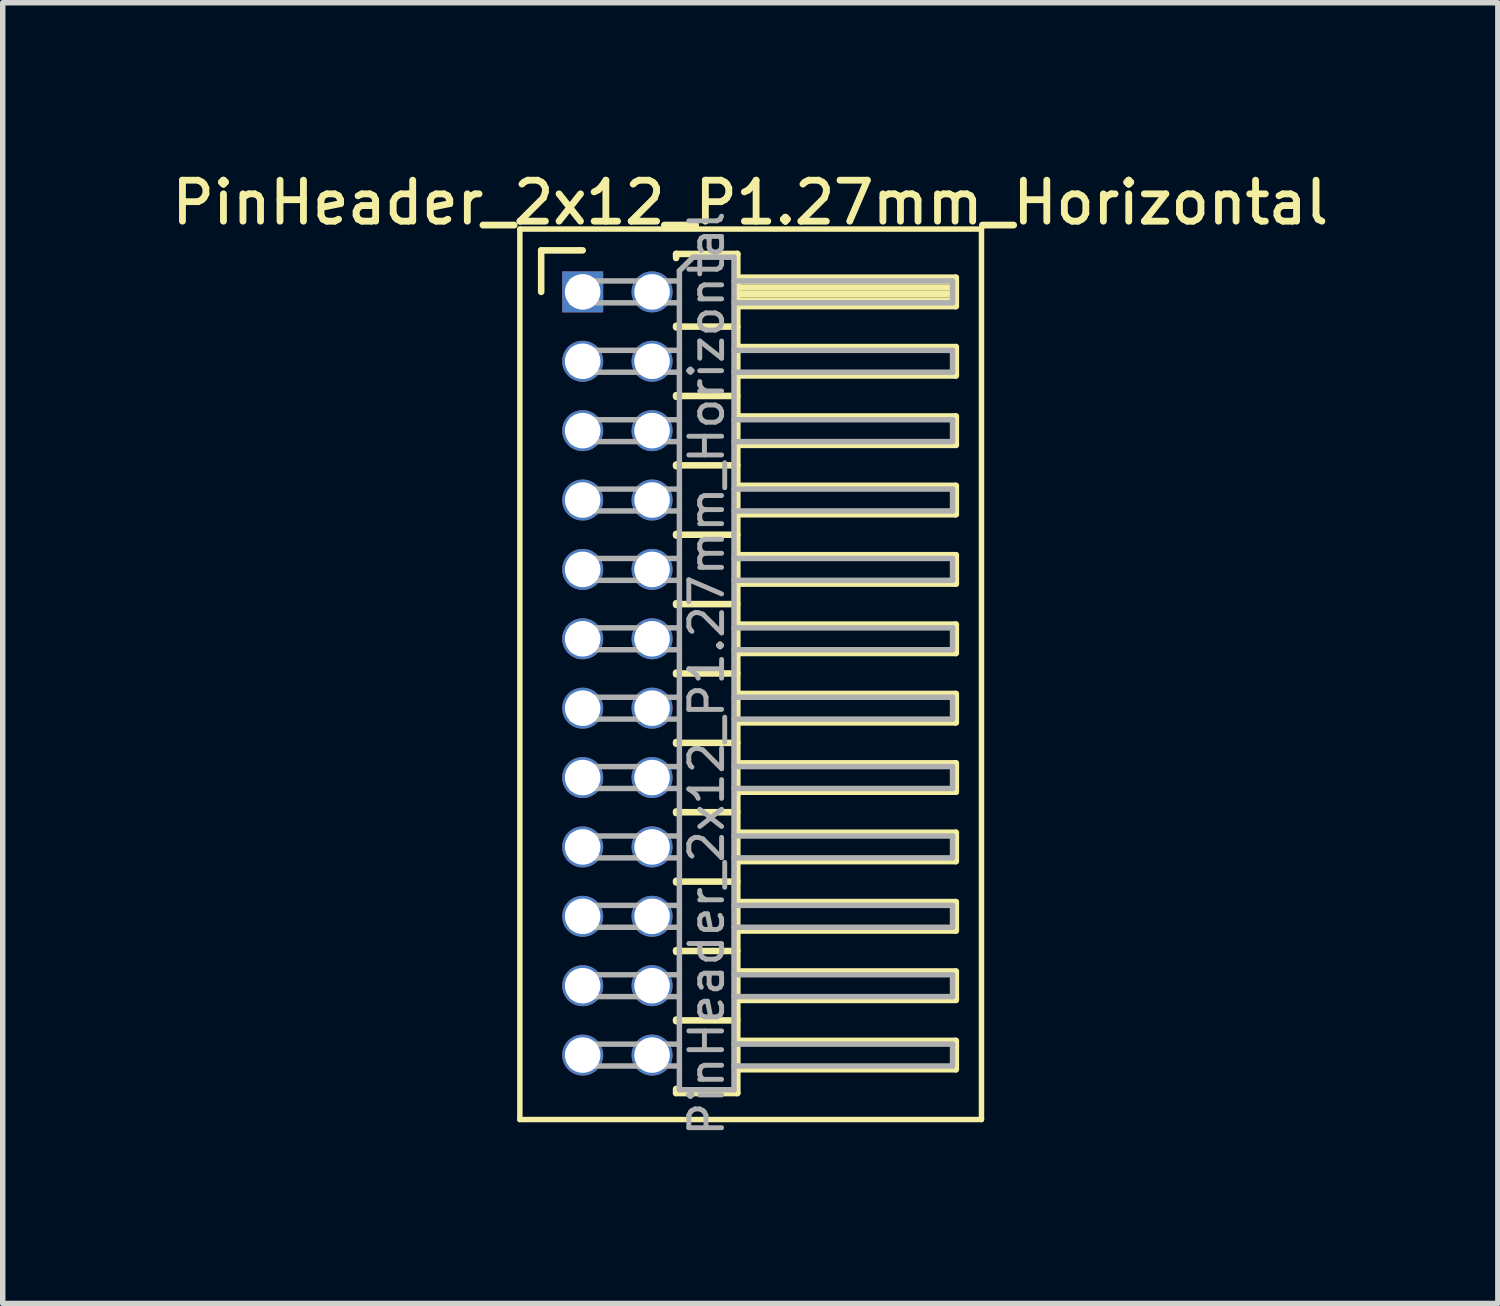
<source format=kicad_pcb>
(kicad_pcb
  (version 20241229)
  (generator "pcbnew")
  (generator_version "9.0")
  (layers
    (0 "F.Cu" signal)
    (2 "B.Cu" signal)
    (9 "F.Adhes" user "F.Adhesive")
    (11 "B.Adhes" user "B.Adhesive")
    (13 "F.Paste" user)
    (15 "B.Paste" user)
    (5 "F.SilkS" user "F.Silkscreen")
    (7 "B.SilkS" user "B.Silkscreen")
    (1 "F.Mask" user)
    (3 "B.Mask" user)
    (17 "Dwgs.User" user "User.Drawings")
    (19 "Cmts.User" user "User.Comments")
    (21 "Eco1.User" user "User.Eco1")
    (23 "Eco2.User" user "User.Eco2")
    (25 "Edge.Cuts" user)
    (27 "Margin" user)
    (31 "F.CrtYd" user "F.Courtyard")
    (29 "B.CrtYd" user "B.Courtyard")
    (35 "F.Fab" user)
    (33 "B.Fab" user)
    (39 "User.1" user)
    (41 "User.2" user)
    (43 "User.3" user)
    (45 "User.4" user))
  (footprint "PinHeader_2x12_P1.27mm_Horizontal"
    (layer "F.Cu")
    (at 7.616 2.293)
    (property "Reference" "PinHeader_2x12_P1.27mm_Horizontal" (at 3.067 -1.635 0) (layer "F.SilkS") (effects (font (size 0.75 0.75) (thickness 0.125))))
    (attr through_hole)
    (fp_line (start -1.15 -1.15) (end -1.15 15.15) (stroke (width 0.1) (type solid)) (layer "F.SilkS"))
    (fp_line (start -1.15 15.15) (end 7.3 15.15) (stroke (width 0.1) (type solid)) (layer "F.SilkS"))
    (fp_line (start -0.76 -0.76) (end 0 -0.76) (stroke (width 0.12) (type solid)) (layer "F.SilkS"))
    (fp_line (start -0.76 0) (end -0.76 -0.76) (stroke (width 0.12) (type solid)) (layer "F.SilkS"))
    (fp_line (start 1.71 -0.695) (end 2.83 -0.695) (stroke (width 0.12) (type solid)) (layer "F.SilkS"))
    (fp_line (start 1.71 -0.62) (end 1.71 -0.695) (stroke (width 0.12) (type solid)) (layer "F.SilkS"))
    (fp_line (start 1.71 0.62) (end 1.71 0.65) (stroke (width 0.12) (type solid)) (layer "F.SilkS"))
    (fp_line (start 1.71 0.635) (end 2.83 0.635) (stroke (width 0.12) (type solid)) (layer "F.SilkS"))
    (fp_line (start 1.71 1.89) (end 1.71 1.92) (stroke (width 0.12) (type solid)) (layer "F.SilkS"))
    (fp_line (start 1.71 1.905) (end 2.83 1.905) (stroke (width 0.12) (type solid)) (layer "F.SilkS"))
    (fp_line (start 1.71 3.16) (end 1.71 3.19) (stroke (width 0.12) (type solid)) (layer "F.SilkS"))
    (fp_line (start 1.71 3.175) (end 2.83 3.175) (stroke (width 0.12) (type solid)) (layer "F.SilkS"))
    (fp_line (start 1.71 4.43) (end 1.71 4.46) (stroke (width 0.12) (type solid)) (layer "F.SilkS"))
    (fp_line (start 1.71 4.445) (end 2.83 4.445) (stroke (width 0.12) (type solid)) (layer "F.SilkS"))
    (fp_line (start 1.71 5.7) (end 1.71 5.73) (stroke (width 0.12) (type solid)) (layer "F.SilkS"))
    (fp_line (start 1.71 5.715) (end 2.83 5.715) (stroke (width 0.12) (type solid)) (layer "F.SilkS"))
    (fp_line (start 1.71 6.97) (end 1.71 7) (stroke (width 0.12) (type solid)) (layer "F.SilkS"))
    (fp_line (start 1.71 6.985) (end 2.83 6.985) (stroke (width 0.12) (type solid)) (layer "F.SilkS"))
    (fp_line (start 1.71 8.24) (end 1.71 8.27) (stroke (width 0.12) (type solid)) (layer "F.SilkS"))
    (fp_line (start 1.71 8.255) (end 2.83 8.255) (stroke (width 0.12) (type solid)) (layer "F.SilkS"))
    (fp_line (start 1.71 9.51) (end 1.71 9.54) (stroke (width 0.12) (type solid)) (layer "F.SilkS"))
    (fp_line (start 1.71 9.525) (end 2.83 9.525) (stroke (width 0.12) (type solid)) (layer "F.SilkS"))
    (fp_line (start 1.71 10.78) (end 1.71 10.81) (stroke (width 0.12) (type solid)) (layer "F.SilkS"))
    (fp_line (start 1.71 10.795) (end 2.83 10.795) (stroke (width 0.12) (type solid)) (layer "F.SilkS"))
    (fp_line (start 1.71 12.05) (end 1.71 12.08) (stroke (width 0.12) (type solid)) (layer "F.SilkS"))
    (fp_line (start 1.71 12.065) (end 2.83 12.065) (stroke (width 0.12) (type solid)) (layer "F.SilkS"))
    (fp_line (start 1.71 13.32) (end 1.71 13.35) (stroke (width 0.12) (type solid)) (layer "F.SilkS"))
    (fp_line (start 1.71 13.335) (end 2.83 13.335) (stroke (width 0.12) (type solid)) (layer "F.SilkS"))
    (fp_line (start 1.71 14.665) (end 1.71 14.59) (stroke (width 0.12) (type solid)) (layer "F.SilkS"))
    (fp_line (start 2.83 -0.695) (end 2.83 14.665) (stroke (width 0.12) (type solid)) (layer "F.SilkS"))
    (fp_line (start 2.83 -0.26) (end 6.83 -0.26) (stroke (width 0.12) (type solid)) (layer "F.SilkS"))
    (fp_line (start 2.83 -0.2) (end 6.83 -0.2) (stroke (width 0.12) (type solid)) (layer "F.SilkS"))
    (fp_line (start 2.83 -0.08) (end 6.83 -0.08) (stroke (width 0.12) (type solid)) (layer "F.SilkS"))
    (fp_line (start 2.83 0.04) (end 6.83 0.04) (stroke (width 0.12) (type solid)) (layer "F.SilkS"))
    (fp_line (start 2.83 0.16) (end 6.83 0.16) (stroke (width 0.12) (type solid)) (layer "F.SilkS"))
    (fp_line (start 2.83 1.01) (end 6.83 1.01) (stroke (width 0.12) (type solid)) (layer "F.SilkS"))
    (fp_line (start 2.83 2.28) (end 6.83 2.28) (stroke (width 0.12) (type solid)) (layer "F.SilkS"))
    (fp_line (start 2.83 3.55) (end 6.83 3.55) (stroke (width 0.12) (type solid)) (layer "F.SilkS"))
    (fp_line (start 2.83 4.82) (end 6.83 4.82) (stroke (width 0.12) (type solid)) (layer "F.SilkS"))
    (fp_line (start 2.83 6.09) (end 6.83 6.09) (stroke (width 0.12) (type solid)) (layer "F.SilkS"))
    (fp_line (start 2.83 7.36) (end 6.83 7.36) (stroke (width 0.12) (type solid)) (layer "F.SilkS"))
    (fp_line (start 2.83 8.63) (end 6.83 8.63) (stroke (width 0.12) (type solid)) (layer "F.SilkS"))
    (fp_line (start 2.83 9.9) (end 6.83 9.9) (stroke (width 0.12) (type solid)) (layer "F.SilkS"))
    (fp_line (start 2.83 11.17) (end 6.83 11.17) (stroke (width 0.12) (type solid)) (layer "F.SilkS"))
    (fp_line (start 2.83 12.44) (end 6.83 12.44) (stroke (width 0.12) (type solid)) (layer "F.SilkS"))
    (fp_line (start 2.83 13.71) (end 6.83 13.71) (stroke (width 0.12) (type solid)) (layer "F.SilkS"))
    (fp_line (start 2.83 14.665) (end 1.71 14.665) (stroke (width 0.12) (type solid)) (layer "F.SilkS"))
    (fp_line (start 6.83 -0.26) (end 6.83 0.26) (stroke (width 0.12) (type solid)) (layer "F.SilkS"))
    (fp_line (start 6.83 0.26) (end 2.83 0.26) (stroke (width 0.12) (type solid)) (layer "F.SilkS"))
    (fp_line (start 6.83 1.01) (end 6.83 1.53) (stroke (width 0.12) (type solid)) (layer "F.SilkS"))
    (fp_line (start 6.83 1.53) (end 2.83 1.53) (stroke (width 0.12) (type solid)) (layer "F.SilkS"))
    (fp_line (start 6.83 2.28) (end 6.83 2.8) (stroke (width 0.12) (type solid)) (layer "F.SilkS"))
    (fp_line (start 6.83 2.8) (end 2.83 2.8) (stroke (width 0.12) (type solid)) (layer "F.SilkS"))
    (fp_line (start 6.83 3.55) (end 6.83 4.07) (stroke (width 0.12) (type solid)) (layer "F.SilkS"))
    (fp_line (start 6.83 4.07) (end 2.83 4.07) (stroke (width 0.12) (type solid)) (layer "F.SilkS"))
    (fp_line (start 6.83 4.82) (end 6.83 5.34) (stroke (width 0.12) (type solid)) (layer "F.SilkS"))
    (fp_line (start 6.83 5.34) (end 2.83 5.34) (stroke (width 0.12) (type solid)) (layer "F.SilkS"))
    (fp_line (start 6.83 6.09) (end 6.83 6.61) (stroke (width 0.12) (type solid)) (layer "F.SilkS"))
    (fp_line (start 6.83 6.61) (end 2.83 6.61) (stroke (width 0.12) (type solid)) (layer "F.SilkS"))
    (fp_line (start 6.83 7.36) (end 6.83 7.88) (stroke (width 0.12) (type solid)) (layer "F.SilkS"))
    (fp_line (start 6.83 7.88) (end 2.83 7.88) (stroke (width 0.12) (type solid)) (layer "F.SilkS"))
    (fp_line (start 6.83 8.63) (end 6.83 9.15) (stroke (width 0.12) (type solid)) (layer "F.SilkS"))
    (fp_line (start 6.83 9.15) (end 2.83 9.15) (stroke (width 0.12) (type solid)) (layer "F.SilkS"))
    (fp_line (start 6.83 9.9) (end 6.83 10.42) (stroke (width 0.12) (type solid)) (layer "F.SilkS"))
    (fp_line (start 6.83 10.42) (end 2.83 10.42) (stroke (width 0.12) (type solid)) (layer "F.SilkS"))
    (fp_line (start 6.83 11.17) (end 6.83 11.69) (stroke (width 0.12) (type solid)) (layer "F.SilkS"))
    (fp_line (start 6.83 11.69) (end 2.83 11.69) (stroke (width 0.12) (type solid)) (layer "F.SilkS"))
    (fp_line (start 6.83 12.44) (end 6.83 12.96) (stroke (width 0.12) (type solid)) (layer "F.SilkS"))
    (fp_line (start 6.83 12.96) (end 2.83 12.96) (stroke (width 0.12) (type solid)) (layer "F.SilkS"))
    (fp_line (start 6.83 13.71) (end 6.83 14.23) (stroke (width 0.12) (type solid)) (layer "F.SilkS"))
    (fp_line (start 6.83 14.23) (end 2.83 14.23) (stroke (width 0.12) (type solid)) (layer "F.SilkS"))
    (fp_line (start 7.3 -1.15) (end -1.15 -1.15) (stroke (width 0.1) (type solid)) (layer "F.SilkS"))
    (fp_line (start 7.3 15.15) (end 7.3 -1.15) (stroke (width 0.1) (type solid)) (layer "F.SilkS"))
    (fp_line (start -0.2 -0.2) (end -0.2 0.2) (stroke (width 0.1) (type solid)) (layer "F.Fab"))
    (fp_line (start -0.2 -0.2) (end 1.77 -0.2) (stroke (width 0.1) (type solid)) (layer "F.Fab"))
    (fp_line (start -0.2 0.2) (end 1.77 0.2) (stroke (width 0.1) (type solid)) (layer "F.Fab"))
    (fp_line (start -0.2 1.07) (end -0.2 1.47) (stroke (width 0.1) (type solid)) (layer "F.Fab"))
    (fp_line (start -0.2 1.07) (end 1.77 1.07) (stroke (width 0.1) (type solid)) (layer "F.Fab"))
    (fp_line (start -0.2 1.47) (end 1.77 1.47) (stroke (width 0.1) (type solid)) (layer "F.Fab"))
    (fp_line (start -0.2 2.34) (end -0.2 2.74) (stroke (width 0.1) (type solid)) (layer "F.Fab"))
    (fp_line (start -0.2 2.34) (end 1.77 2.34) (stroke (width 0.1) (type solid)) (layer "F.Fab"))
    (fp_line (start -0.2 2.74) (end 1.77 2.74) (stroke (width 0.1) (type solid)) (layer "F.Fab"))
    (fp_line (start -0.2 3.61) (end -0.2 4.01) (stroke (width 0.1) (type solid)) (layer "F.Fab"))
    (fp_line (start -0.2 3.61) (end 1.77 3.61) (stroke (width 0.1) (type solid)) (layer "F.Fab"))
    (fp_line (start -0.2 4.01) (end 1.77 4.01) (stroke (width 0.1) (type solid)) (layer "F.Fab"))
    (fp_line (start -0.2 4.88) (end -0.2 5.28) (stroke (width 0.1) (type solid)) (layer "F.Fab"))
    (fp_line (start -0.2 4.88) (end 1.77 4.88) (stroke (width 0.1) (type solid)) (layer "F.Fab"))
    (fp_line (start -0.2 5.28) (end 1.77 5.28) (stroke (width 0.1) (type solid)) (layer "F.Fab"))
    (fp_line (start -0.2 6.15) (end -0.2 6.55) (stroke (width 0.1) (type solid)) (layer "F.Fab"))
    (fp_line (start -0.2 6.15) (end 1.77 6.15) (stroke (width 0.1) (type solid)) (layer "F.Fab"))
    (fp_line (start -0.2 6.55) (end 1.77 6.55) (stroke (width 0.1) (type solid)) (layer "F.Fab"))
    (fp_line (start -0.2 7.42) (end -0.2 7.82) (stroke (width 0.1) (type solid)) (layer "F.Fab"))
    (fp_line (start -0.2 7.42) (end 1.77 7.42) (stroke (width 0.1) (type solid)) (layer "F.Fab"))
    (fp_line (start -0.2 7.82) (end 1.77 7.82) (stroke (width 0.1) (type solid)) (layer "F.Fab"))
    (fp_line (start -0.2 8.69) (end -0.2 9.09) (stroke (width 0.1) (type solid)) (layer "F.Fab"))
    (fp_line (start -0.2 8.69) (end 1.77 8.69) (stroke (width 0.1) (type solid)) (layer "F.Fab"))
    (fp_line (start -0.2 9.09) (end 1.77 9.09) (stroke (width 0.1) (type solid)) (layer "F.Fab"))
    (fp_line (start -0.2 9.96) (end -0.2 10.36) (stroke (width 0.1) (type solid)) (layer "F.Fab"))
    (fp_line (start -0.2 9.96) (end 1.77 9.96) (stroke (width 0.1) (type solid)) (layer "F.Fab"))
    (fp_line (start -0.2 10.36) (end 1.77 10.36) (stroke (width 0.1) (type solid)) (layer "F.Fab"))
    (fp_line (start -0.2 11.23) (end -0.2 11.63) (stroke (width 0.1) (type solid)) (layer "F.Fab"))
    (fp_line (start -0.2 11.23) (end 1.77 11.23) (stroke (width 0.1) (type solid)) (layer "F.Fab"))
    (fp_line (start -0.2 11.63) (end 1.77 11.63) (stroke (width 0.1) (type solid)) (layer "F.Fab"))
    (fp_line (start -0.2 12.5) (end -0.2 12.9) (stroke (width 0.1) (type solid)) (layer "F.Fab"))
    (fp_line (start -0.2 12.5) (end 1.77 12.5) (stroke (width 0.1) (type solid)) (layer "F.Fab"))
    (fp_line (start -0.2 12.9) (end 1.77 12.9) (stroke (width 0.1) (type solid)) (layer "F.Fab"))
    (fp_line (start -0.2 13.77) (end -0.2 14.17) (stroke (width 0.1) (type solid)) (layer "F.Fab"))
    (fp_line (start -0.2 13.77) (end 1.77 13.77) (stroke (width 0.1) (type solid)) (layer "F.Fab"))
    (fp_line (start -0.2 14.17) (end 1.77 14.17) (stroke (width 0.1) (type solid)) (layer "F.Fab"))
    (fp_line (start 1.77 -0.385) (end 2.02 -0.635) (stroke (width 0.1) (type solid)) (layer "F.Fab"))
    (fp_line (start 1.77 14.605) (end 1.77 -0.385) (stroke (width 0.1) (type solid)) (layer "F.Fab"))
    (fp_line (start 2.02 -0.635) (end 2.77 -0.635) (stroke (width 0.1) (type solid)) (layer "F.Fab"))
    (fp_line (start 2.77 -0.635) (end 2.77 14.605) (stroke (width 0.1) (type solid)) (layer "F.Fab"))
    (fp_line (start 2.77 -0.2) (end 6.77 -0.2) (stroke (width 0.1) (type solid)) (layer "F.Fab"))
    (fp_line (start 2.77 0.2) (end 6.77 0.2) (stroke (width 0.1) (type solid)) (layer "F.Fab"))
    (fp_line (start 2.77 1.07) (end 6.77 1.07) (stroke (width 0.1) (type solid)) (layer "F.Fab"))
    (fp_line (start 2.77 1.47) (end 6.77 1.47) (stroke (width 0.1) (type solid)) (layer "F.Fab"))
    (fp_line (start 2.77 2.34) (end 6.77 2.34) (stroke (width 0.1) (type solid)) (layer "F.Fab"))
    (fp_line (start 2.77 2.74) (end 6.77 2.74) (stroke (width 0.1) (type solid)) (layer "F.Fab"))
    (fp_line (start 2.77 3.61) (end 6.77 3.61) (stroke (width 0.1) (type solid)) (layer "F.Fab"))
    (fp_line (start 2.77 4.01) (end 6.77 4.01) (stroke (width 0.1) (type solid)) (layer "F.Fab"))
    (fp_line (start 2.77 4.88) (end 6.77 4.88) (stroke (width 0.1) (type solid)) (layer "F.Fab"))
    (fp_line (start 2.77 5.28) (end 6.77 5.28) (stroke (width 0.1) (type solid)) (layer "F.Fab"))
    (fp_line (start 2.77 6.15) (end 6.77 6.15) (stroke (width 0.1) (type solid)) (layer "F.Fab"))
    (fp_line (start 2.77 6.55) (end 6.77 6.55) (stroke (width 0.1) (type solid)) (layer "F.Fab"))
    (fp_line (start 2.77 7.42) (end 6.77 7.42) (stroke (width 0.1) (type solid)) (layer "F.Fab"))
    (fp_line (start 2.77 7.82) (end 6.77 7.82) (stroke (width 0.1) (type solid)) (layer "F.Fab"))
    (fp_line (start 2.77 8.69) (end 6.77 8.69) (stroke (width 0.1) (type solid)) (layer "F.Fab"))
    (fp_line (start 2.77 9.09) (end 6.77 9.09) (stroke (width 0.1) (type solid)) (layer "F.Fab"))
    (fp_line (start 2.77 9.96) (end 6.77 9.96) (stroke (width 0.1) (type solid)) (layer "F.Fab"))
    (fp_line (start 2.77 10.36) (end 6.77 10.36) (stroke (width 0.1) (type solid)) (layer "F.Fab"))
    (fp_line (start 2.77 11.23) (end 6.77 11.23) (stroke (width 0.1) (type solid)) (layer "F.Fab"))
    (fp_line (start 2.77 11.63) (end 6.77 11.63) (stroke (width 0.1) (type solid)) (layer "F.Fab"))
    (fp_line (start 2.77 12.5) (end 6.77 12.5) (stroke (width 0.1) (type solid)) (layer "F.Fab"))
    (fp_line (start 2.77 12.9) (end 6.77 12.9) (stroke (width 0.1) (type solid)) (layer "F.Fab"))
    (fp_line (start 2.77 13.77) (end 6.77 13.77) (stroke (width 0.1) (type solid)) (layer "F.Fab"))
    (fp_line (start 2.77 14.17) (end 6.77 14.17) (stroke (width 0.1) (type solid)) (layer "F.Fab"))
    (fp_line (start 2.77 14.605) (end 1.77 14.605) (stroke (width 0.1) (type solid)) (layer "F.Fab"))
    (fp_line (start 6.77 -0.2) (end 6.77 0.2) (stroke (width 0.1) (type solid)) (layer "F.Fab"))
    (fp_line (start 6.77 1.07) (end 6.77 1.47) (stroke (width 0.1) (type solid)) (layer "F.Fab"))
    (fp_line (start 6.77 2.34) (end 6.77 2.74) (stroke (width 0.1) (type solid)) (layer "F.Fab"))
    (fp_line (start 6.77 3.61) (end 6.77 4.01) (stroke (width 0.1) (type solid)) (layer "F.Fab"))
    (fp_line (start 6.77 4.88) (end 6.77 5.28) (stroke (width 0.1) (type solid)) (layer "F.Fab"))
    (fp_line (start 6.77 6.15) (end 6.77 6.55) (stroke (width 0.1) (type solid)) (layer "F.Fab"))
    (fp_line (start 6.77 7.42) (end 6.77 7.82) (stroke (width 0.1) (type solid)) (layer "F.Fab"))
    (fp_line (start 6.77 8.69) (end 6.77 9.09) (stroke (width 0.1) (type solid)) (layer "F.Fab"))
    (fp_line (start 6.77 9.96) (end 6.77 10.36) (stroke (width 0.1) (type solid)) (layer "F.Fab"))
    (fp_line (start 6.77 11.23) (end 6.77 11.63) (stroke (width 0.1) (type solid)) (layer "F.Fab"))
    (fp_line (start 6.77 12.5) (end 6.77 12.9) (stroke (width 0.1) (type solid)) (layer "F.Fab"))
    (fp_line (start 6.77 13.77) (end 6.77 14.17) (stroke (width 0.1) (type solid)) (layer "F.Fab"))
    (fp_text user "${REFERENCE}" (at 2.27 6.985 90) (layer "F.Fab") (effects (font (size 0.6 0.6) (thickness 0.09))))
    (pad "1" thru_hole rect (at 0 0) (size 0.75 0.75) (drill 0.65) (layers "*.Cu" "*.Mask"))
    (pad "2" thru_hole oval (at 1.27 0) (size 0.75 0.75) (drill 0.65) (layers "*.Cu" "*.Mask"))
    (pad "3" thru_hole oval (at 0 1.27) (size 0.75 0.75) (drill 0.65) (layers "*.Cu" "*.Mask"))
    (pad "4" thru_hole oval (at 1.27 1.27) (size 0.75 0.75) (drill 0.65) (layers "*.Cu" "*.Mask"))
    (pad "5" thru_hole oval (at 0 2.54) (size 0.75 0.75) (drill 0.65) (layers "*.Cu" "*.Mask"))
    (pad "6" thru_hole oval (at 1.27 2.54) (size 0.75 0.75) (drill 0.65) (layers "*.Cu" "*.Mask"))
    (pad "7" thru_hole oval (at 0 3.81) (size 0.75 0.75) (drill 0.65) (layers "*.Cu" "*.Mask"))
    (pad "8" thru_hole oval (at 1.27 3.81) (size 0.75 0.75) (drill 0.65) (layers "*.Cu" "*.Mask"))
    (pad "9" thru_hole oval (at 0 5.08) (size 0.75 0.75) (drill 0.65) (layers "*.Cu" "*.Mask"))
    (pad "10" thru_hole oval (at 1.27 5.08) (size 0.75 0.75) (drill 0.65) (layers "*.Cu" "*.Mask"))
    (pad "11" thru_hole oval (at 0 6.35) (size 0.75 0.75) (drill 0.65) (layers "*.Cu" "*.Mask"))
    (pad "12" thru_hole oval (at 1.27 6.35) (size 0.75 0.75) (drill 0.65) (layers "*.Cu" "*.Mask"))
    (pad "13" thru_hole oval (at 0 7.62) (size 0.75 0.75) (drill 0.65) (layers "*.Cu" "*.Mask"))
    (pad "14" thru_hole oval (at 1.27 7.62) (size 0.75 0.75) (drill 0.65) (layers "*.Cu" "*.Mask"))
    (pad "15" thru_hole oval (at 0 8.89) (size 0.75 0.75) (drill 0.65) (layers "*.Cu" "*.Mask"))
    (pad "16" thru_hole oval (at 1.27 8.89) (size 0.75 0.75) (drill 0.65) (layers "*.Cu" "*.Mask"))
    (pad "17" thru_hole oval (at 0 10.16) (size 0.75 0.75) (drill 0.65) (layers "*.Cu" "*.Mask"))
    (pad "18" thru_hole oval (at 1.27 10.16) (size 0.75 0.75) (drill 0.65) (layers "*.Cu" "*.Mask"))
    (pad "19" thru_hole oval (at 0 11.43) (size 0.75 0.75) (drill 0.65) (layers "*.Cu" "*.Mask"))
    (pad "20" thru_hole oval (at 1.27 11.43) (size 0.75 0.75) (drill 0.65) (layers "*.Cu" "*.Mask"))
    (pad "21" thru_hole oval (at 0 12.7) (size 0.75 0.75) (drill 0.65) (layers "*.Cu" "*.Mask"))
    (pad "22" thru_hole oval (at 1.27 12.7) (size 0.75 0.75) (drill 0.65) (layers "*.Cu" "*.Mask"))
    (pad "23" thru_hole oval (at 0 13.97) (size 0.75 0.75) (drill 0.65) (layers "*.Cu" "*.Mask"))
    (pad "24" thru_hole oval (at 1.27 13.97) (size 0.75 0.75) (drill 0.65) (layers "*.Cu" "*.Mask")))
  (gr_rect
    (start -3 -3)
    (end 24.368 20.81)
    (stroke (width 0.1) (type default))
    (fill no)
    (layer "Edge.Cuts")))
</source>
